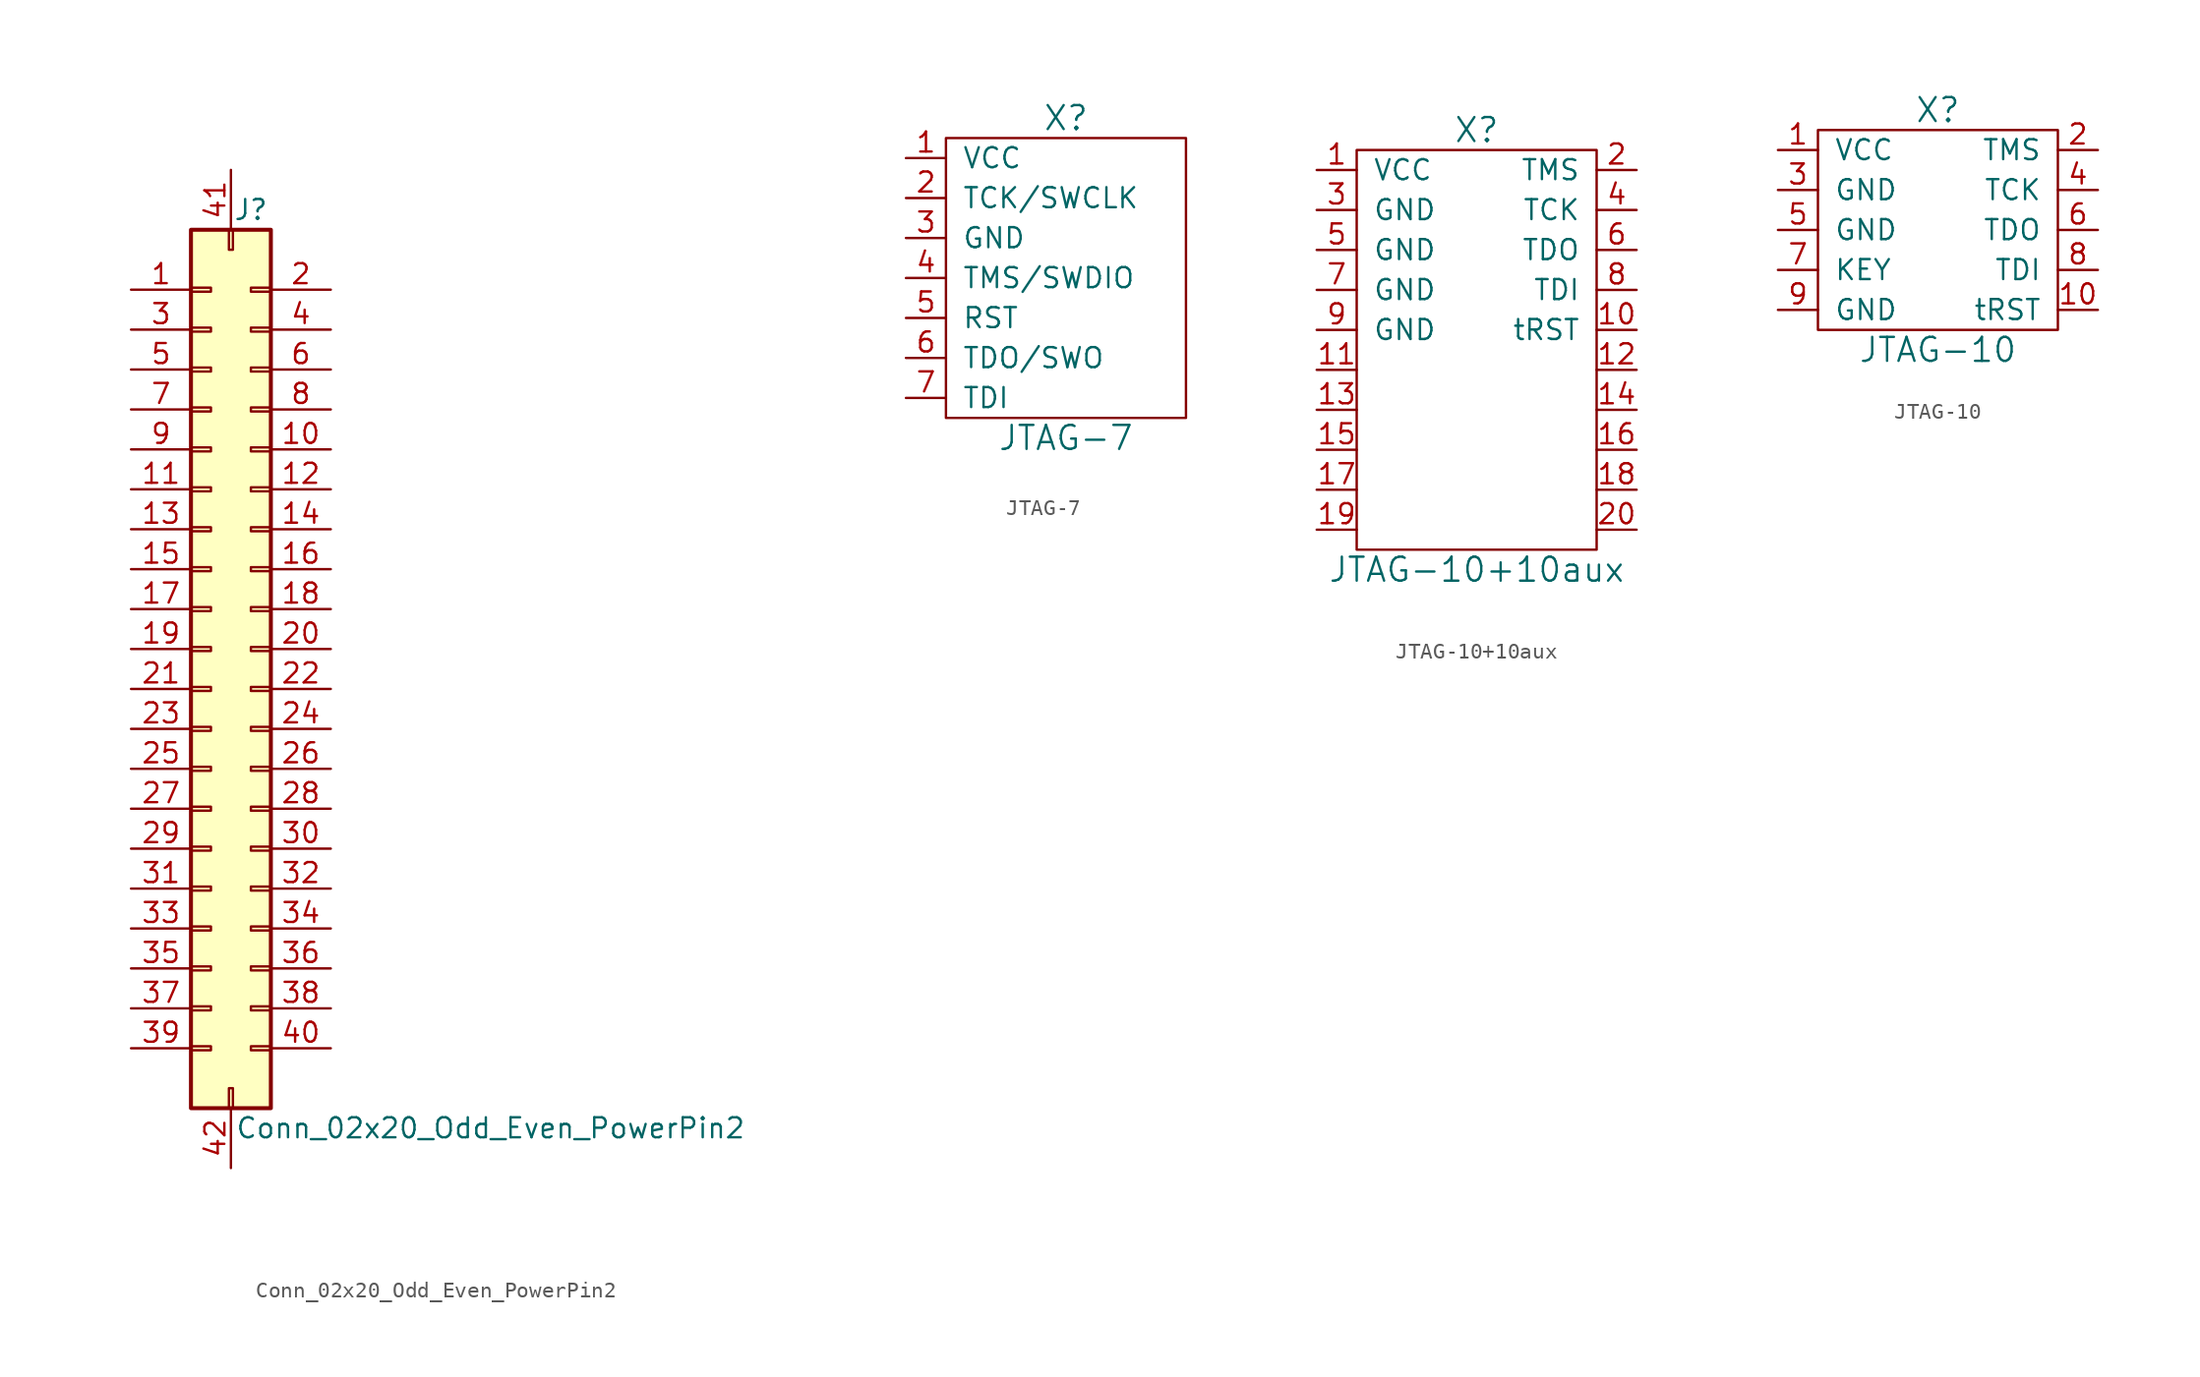
<source format=kicad_sym>
(kicad_symbol_lib
  (version 20201005)
  (generator kicad_symbol_editor)
  (symbol "pkl_conn:Conn_02x20_Odd_Even_PowerPin2"
    (pin_names
      (offset 1.016) hide)
    (property "Reference" "J"
      (at 2.54 27.94 0)
      (effects (font (size 1.27 1.27))))
    (property "Value" "Conn_02x20_Odd_Even_PowerPin2"
      (at 17.78 -30.48 0)
      (effects (font (size 1.27 1.27))))
    (symbol "Conn_02x20_Odd_Even_PowerPin2_1_1"
      (rectangle (start -1.27 -25.273) (end 0 -25.527) (stroke (width 0.152)) (fill (type none)))
      (rectangle (start -1.27 -22.733) (end 0 -22.987) (stroke (width 0.152)) (fill (type none)))
      (rectangle (start -1.27 -20.193) (end 0 -20.447) (stroke (width 0.152)) (fill (type none)))
      (rectangle (start -1.27 -17.653) (end 0 -17.907) (stroke (width 0.152)) (fill (type none)))
      (rectangle (start -1.27 -15.113) (end 0 -15.367) (stroke (width 0.152)) (fill (type none)))
      (rectangle (start -1.27 -12.573) (end 0 -12.827) (stroke (width 0.152)) (fill (type none)))
      (rectangle (start -1.27 -10.033) (end 0 -10.287) (stroke (width 0.152)) (fill (type none)))
      (rectangle (start -1.27 -7.493) (end 0 -7.747) (stroke (width 0.152)) (fill (type none)))
      (rectangle (start -1.27 -4.953) (end 0 -5.207) (stroke (width 0.152)) (fill (type none)))
      (rectangle (start -1.27 -2.413) (end 0 -2.667) (stroke (width 0.152)) (fill (type none)))
      (rectangle (start -1.27 0.127) (end 0 -0.127) (stroke (width 0.152)) (fill (type none)))
      (rectangle (start -1.27 2.667) (end 0 2.413) (stroke (width 0.152)) (fill (type none)))
      (rectangle (start -1.27 5.207) (end 0 4.953) (stroke (width 0.152)) (fill (type none)))
      (rectangle (start -1.27 7.747) (end 0 7.493) (stroke (width 0.152)) (fill (type none)))
      (rectangle (start -1.27 10.287) (end 0 10.033) (stroke (width 0.152)) (fill (type none)))
      (rectangle (start -1.27 12.827) (end 0 12.573) (stroke (width 0.152)) (fill (type none)))
      (rectangle (start -1.27 15.367) (end 0 15.113) (stroke (width 0.152)) (fill (type none)))
      (rectangle (start -1.27 17.907) (end 0 17.653) (stroke (width 0.152)) (fill (type none)))
      (rectangle (start -1.27 20.447) (end 0 20.193) (stroke (width 0.152)) (fill (type none)))
      (rectangle (start -1.27 22.987) (end 0 22.733) (stroke (width 0.152)) (fill (type none)))
      (rectangle (start 1.143 -29.21) (end 1.397 -27.94) (stroke (width 0.152)) (fill (type none)))
      (rectangle (start 1.143 25.4) (end 1.397 26.67) (stroke (width 0.152)) (fill (type none)))
      (rectangle (start 3.81 -25.273) (end 2.54 -25.527) (stroke (width 0.152)) (fill (type none)))
      (rectangle (start 3.81 -22.733) (end 2.54 -22.987) (stroke (width 0.152)) (fill (type none)))
      (rectangle (start 3.81 -20.193) (end 2.54 -20.447) (stroke (width 0.152)) (fill (type none)))
      (rectangle (start 3.81 -17.653) (end 2.54 -17.907) (stroke (width 0.152)) (fill (type none)))
      (rectangle (start 3.81 -15.113) (end 2.54 -15.367) (stroke (width 0.152)) (fill (type none)))
      (rectangle (start 3.81 -12.573) (end 2.54 -12.827) (stroke (width 0.152)) (fill (type none)))
      (rectangle (start 3.81 -10.033) (end 2.54 -10.287) (stroke (width 0.152)) (fill (type none)))
      (rectangle (start 3.81 -7.493) (end 2.54 -7.747) (stroke (width 0.152)) (fill (type none)))
      (rectangle (start 3.81 -4.953) (end 2.54 -5.207) (stroke (width 0.152)) (fill (type none)))
      (rectangle (start 3.81 -2.413) (end 2.54 -2.667) (stroke (width 0.152)) (fill (type none)))
      (rectangle (start 3.81 0.127) (end 2.54 -0.127) (stroke (width 0.152)) (fill (type none)))
      (rectangle (start 3.81 2.667) (end 2.54 2.413) (stroke (width 0.152)) (fill (type none)))
      (rectangle (start 3.81 5.207) (end 2.54 4.953) (stroke (width 0.152)) (fill (type none)))
      (rectangle (start 3.81 7.747) (end 2.54 7.493) (stroke (width 0.152)) (fill (type none)))
      (rectangle (start 3.81 10.287) (end 2.54 10.033) (stroke (width 0.152)) (fill (type none)))
      (rectangle (start 3.81 12.827) (end 2.54 12.573) (stroke (width 0.152)) (fill (type none)))
      (rectangle (start 3.81 15.367) (end 2.54 15.113) (stroke (width 0.152)) (fill (type none)))
      (rectangle (start 3.81 17.907) (end 2.54 17.653) (stroke (width 0.152)) (fill (type none)))
      (rectangle (start 3.81 20.447) (end 2.54 20.193) (stroke (width 0.152)) (fill (type none)))
      (rectangle (start 3.81 22.987) (end 2.54 22.733) (stroke (width 0.152)) (fill (type none)))
      (rectangle (start -1.27 26.67) (end 3.81 -29.21) (stroke (width 0.254)) (fill (type background)))
      (pin passive line (at -5.08 22.86 0) (length 3.81) (name "Pin_1" (effects (font (size 1.27 1.27)))) (number "1" (effects (font (size 1.27 1.27)))))
      (pin passive line (at 7.62 12.7 180) (length 3.81) (name "Pin_10" (effects (font (size 1.27 1.27)))) (number "10" (effects (font (size 1.27 1.27)))))
      (pin passive line (at -5.08 10.16 0) (length 3.81) (name "Pin_11" (effects (font (size 1.27 1.27)))) (number "11" (effects (font (size 1.27 1.27)))))
      (pin passive line (at 7.62 10.16 180) (length 3.81) (name "Pin_12" (effects (font (size 1.27 1.27)))) (number "12" (effects (font (size 1.27 1.27)))))
      (pin passive line (at -5.08 7.62 0) (length 3.81) (name "Pin_13" (effects (font (size 1.27 1.27)))) (number "13" (effects (font (size 1.27 1.27)))))
      (pin passive line (at 7.62 7.62 180) (length 3.81) (name "Pin_14" (effects (font (size 1.27 1.27)))) (number "14" (effects (font (size 1.27 1.27)))))
      (pin passive line (at -5.08 5.08 0) (length 3.81) (name "Pin_15" (effects (font (size 1.27 1.27)))) (number "15" (effects (font (size 1.27 1.27)))))
      (pin passive line (at 7.62 5.08 180) (length 3.81) (name "Pin_16" (effects (font (size 1.27 1.27)))) (number "16" (effects (font (size 1.27 1.27)))))
      (pin passive line (at -5.08 2.54 0) (length 3.81) (name "Pin_17" (effects (font (size 1.27 1.27)))) (number "17" (effects (font (size 1.27 1.27)))))
      (pin passive line (at 7.62 2.54 180) (length 3.81) (name "Pin_18" (effects (font (size 1.27 1.27)))) (number "18" (effects (font (size 1.27 1.27)))))
      (pin passive line (at -5.08 0 0) (length 3.81) (name "Pin_19" (effects (font (size 1.27 1.27)))) (number "19" (effects (font (size 1.27 1.27)))))
      (pin passive line (at 7.62 22.86 180) (length 3.81) (name "Pin_2" (effects (font (size 1.27 1.27)))) (number "2" (effects (font (size 1.27 1.27)))))
      (pin passive line (at 7.62 0 180) (length 3.81) (name "Pin_20" (effects (font (size 1.27 1.27)))) (number "20" (effects (font (size 1.27 1.27)))))
      (pin passive line (at -5.08 -2.54 0) (length 3.81) (name "Pin_21" (effects (font (size 1.27 1.27)))) (number "21" (effects (font (size 1.27 1.27)))))
      (pin passive line (at 7.62 -2.54 180) (length 3.81) (name "Pin_22" (effects (font (size 1.27 1.27)))) (number "22" (effects (font (size 1.27 1.27)))))
      (pin passive line (at -5.08 -5.08 0) (length 3.81) (name "Pin_23" (effects (font (size 1.27 1.27)))) (number "23" (effects (font (size 1.27 1.27)))))
      (pin passive line (at 7.62 -5.08 180) (length 3.81) (name "Pin_24" (effects (font (size 1.27 1.27)))) (number "24" (effects (font (size 1.27 1.27)))))
      (pin passive line (at -5.08 -7.62 0) (length 3.81) (name "Pin_25" (effects (font (size 1.27 1.27)))) (number "25" (effects (font (size 1.27 1.27)))))
      (pin passive line (at 7.62 -7.62 180) (length 3.81) (name "Pin_26" (effects (font (size 1.27 1.27)))) (number "26" (effects (font (size 1.27 1.27)))))
      (pin passive line (at -5.08 -10.16 0) (length 3.81) (name "Pin_27" (effects (font (size 1.27 1.27)))) (number "27" (effects (font (size 1.27 1.27)))))
      (pin passive line (at 7.62 -10.16 180) (length 3.81) (name "Pin_28" (effects (font (size 1.27 1.27)))) (number "28" (effects (font (size 1.27 1.27)))))
      (pin passive line (at -5.08 -12.7 0) (length 3.81) (name "Pin_29" (effects (font (size 1.27 1.27)))) (number "29" (effects (font (size 1.27 1.27)))))
      (pin passive line (at -5.08 20.32 0) (length 3.81) (name "Pin_3" (effects (font (size 1.27 1.27)))) (number "3" (effects (font (size 1.27 1.27)))))
      (pin passive line (at 7.62 -12.7 180) (length 3.81) (name "Pin_30" (effects (font (size 1.27 1.27)))) (number "30" (effects (font (size 1.27 1.27)))))
      (pin passive line (at -5.08 -15.24 0) (length 3.81) (name "Pin_31" (effects (font (size 1.27 1.27)))) (number "31" (effects (font (size 1.27 1.27)))))
      (pin passive line (at 7.62 -15.24 180) (length 3.81) (name "Pin_32" (effects (font (size 1.27 1.27)))) (number "32" (effects (font (size 1.27 1.27)))))
      (pin passive line (at -5.08 -17.78 0) (length 3.81) (name "Pin_33" (effects (font (size 1.27 1.27)))) (number "33" (effects (font (size 1.27 1.27)))))
      (pin passive line (at 7.62 -17.78 180) (length 3.81) (name "Pin_34" (effects (font (size 1.27 1.27)))) (number "34" (effects (font (size 1.27 1.27)))))
      (pin passive line (at -5.08 -20.32 0) (length 3.81) (name "Pin_35" (effects (font (size 1.27 1.27)))) (number "35" (effects (font (size 1.27 1.27)))))
      (pin passive line (at 7.62 -20.32 180) (length 3.81) (name "Pin_36" (effects (font (size 1.27 1.27)))) (number "36" (effects (font (size 1.27 1.27)))))
      (pin passive line (at -5.08 -22.86 0) (length 3.81) (name "Pin_37" (effects (font (size 1.27 1.27)))) (number "37" (effects (font (size 1.27 1.27)))))
      (pin passive line (at 7.62 -22.86 180) (length 3.81) (name "Pin_38" (effects (font (size 1.27 1.27)))) (number "38" (effects (font (size 1.27 1.27)))))
      (pin passive line (at -5.08 -25.4 0) (length 3.81) (name "Pin_39" (effects (font (size 1.27 1.27)))) (number "39" (effects (font (size 1.27 1.27)))))
      (pin passive line (at 7.62 20.32 180) (length 3.81) (name "Pin_4" (effects (font (size 1.27 1.27)))) (number "4" (effects (font (size 1.27 1.27)))))
      (pin passive line (at 7.62 -25.4 180) (length 3.81) (name "Pin_40" (effects (font (size 1.27 1.27)))) (number "40" (effects (font (size 1.27 1.27)))))
      (pin passive line (at 1.27 30.48 270) (length 3.81) (name "Pin_41" (effects (font (size 1.27 1.27)))) (number "41" (effects (font (size 1.27 1.27)))))
      (pin passive line (at 1.27 -33.02 90) (length 3.81) (name "Pin_42" (effects (font (size 1.27 1.27)))) (number "42" (effects (font (size 1.27 1.27)))))
      (pin passive line (at -5.08 17.78 0) (length 3.81) (name "Pin_5" (effects (font (size 1.27 1.27)))) (number "5" (effects (font (size 1.27 1.27)))))
      (pin passive line (at 7.62 17.78 180) (length 3.81) (name "Pin_6" (effects (font (size 1.27 1.27)))) (number "6" (effects (font (size 1.27 1.27)))))
      (pin passive line (at -5.08 15.24 0) (length 3.81) (name "Pin_7" (effects (font (size 1.27 1.27)))) (number "7" (effects (font (size 1.27 1.27)))))
      (pin passive line (at 7.62 15.24 180) (length 3.81) (name "Pin_8" (effects (font (size 1.27 1.27)))) (number "8" (effects (font (size 1.27 1.27)))))
      (pin passive line (at -5.08 12.7 0) (length 3.81) (name "Pin_9" (effects (font (size 1.27 1.27)))) (number "9" (effects (font (size 1.27 1.27)))))))
  (symbol "pkl_conn:JTAG-7"
    (pin_names
      (offset 1.016))
    (property "Reference" "X"
      (at 0 10.16 0)
      (effects (font (size 1.524 1.524))))
    (property "Value" "JTAG-7"
      (at 0 -10.16 0)
      (effects (font (size 1.524 1.524))))
    (property "Footprint" ""
      (at 0 0 0)
      (effects (font (size 1.524 1.524))))
    (property "Datasheet" ""
      (at 0 0 0)
      (effects (font (size 1.524 1.524))))
    (symbol "JTAG-7_0_1"
      (rectangle (start -7.62 8.89) (end 7.62 -8.89) (stroke (width 0)) (fill (type none))))
    (symbol "JTAG-7_1_1"
      (pin power_in line (at -10.16 7.62 0) (length 2.54) (name "VCC" (effects (font (size 1.27 1.27)))) (number "1" (effects (font (size 1.27 1.27)))))
      (pin output line (at -10.16 5.08 0) (length 2.54) (name "TCK/SWCLK" (effects (font (size 1.27 1.27)))) (number "2" (effects (font (size 1.27 1.27)))))
      (pin power_in line (at -10.16 2.54 0) (length 2.54) (name "GND" (effects (font (size 1.27 1.27)))) (number "3" (effects (font (size 1.27 1.27)))))
      (pin output line (at -10.16 0 0) (length 2.54) (name "TMS/SWDIO" (effects (font (size 1.27 1.27)))) (number "4" (effects (font (size 1.27 1.27)))))
      (pin output line (at -10.16 -2.54 0) (length 2.54) (name "RST" (effects (font (size 1.27 1.27)))) (number "5" (effects (font (size 1.27 1.27)))))
      (pin input line (at -10.16 -5.08 0) (length 2.54) (name "TDO/SWO" (effects (font (size 1.27 1.27)))) (number "6" (effects (font (size 1.27 1.27)))))
      (pin output line (at -10.16 -7.62 0) (length 2.54) (name "TDI" (effects (font (size 1.27 1.27)))) (number "7" (effects (font (size 1.27 1.27)))))))
  (symbol "pkl_conn:JTAG-10+10aux"
    (pin_names
      (offset 1.016))
    (property "Reference" "X"
      (at 0 12.7 0)
      (effects (font (size 1.524 1.524))))
    (property "Value" "JTAG-10+10aux"
      (at 0 -15.24 0)
      (effects (font (size 1.524 1.524))))
    (property "Footprint" ""
      (at 0 5.08 0)
      (effects (font (size 1.524 1.524))))
    (property "Datasheet" ""
      (at 0 5.08 0)
      (effects (font (size 1.524 1.524))))
    (symbol "JTAG-10+10aux_0_1"
      (rectangle (start -7.62 11.43) (end 7.62 -13.97) (stroke (width 0)) (fill (type none))))
    (symbol "JTAG-10+10aux_1_1"
      (pin power_in line (at -10.16 10.16 0) (length 2.54) (name "VCC" (effects (font (size 1.27 1.27)))) (number "1" (effects (font (size 1.27 1.27)))))
      (pin output line (at 10.16 0 180) (length 2.54) (name "tRST" (effects (font (size 1.27 1.27)))) (number "10" (effects (font (size 1.27 1.27)))))
      (pin passive line (at -10.16 -2.54 0) (length 2.54) (name "~" (effects (font (size 1.27 1.27)))) (number "11" (effects (font (size 1.27 1.27)))))
      (pin passive line (at 10.16 -2.54 180) (length 2.54) (name "~" (effects (font (size 1.27 1.27)))) (number "12" (effects (font (size 1.27 1.27)))))
      (pin passive line (at -10.16 -5.08 0) (length 2.54) (name "~" (effects (font (size 1.27 1.27)))) (number "13" (effects (font (size 1.27 1.27)))))
      (pin passive line (at 10.16 -5.08 180) (length 2.54) (name "~" (effects (font (size 1.27 1.27)))) (number "14" (effects (font (size 1.27 1.27)))))
      (pin passive line (at -10.16 -7.62 0) (length 2.54) (name "~" (effects (font (size 1.27 1.27)))) (number "15" (effects (font (size 1.27 1.27)))))
      (pin passive line (at 10.16 -7.62 180) (length 2.54) (name "~" (effects (font (size 1.27 1.27)))) (number "16" (effects (font (size 1.27 1.27)))))
      (pin passive line (at -10.16 -10.16 0) (length 2.54) (name "~" (effects (font (size 1.27 1.27)))) (number "17" (effects (font (size 1.27 1.27)))))
      (pin passive line (at 10.16 -10.16 180) (length 2.54) (name "~" (effects (font (size 1.27 1.27)))) (number "18" (effects (font (size 1.27 1.27)))))
      (pin passive line (at -10.16 -12.7 0) (length 2.54) (name "~" (effects (font (size 1.27 1.27)))) (number "19" (effects (font (size 1.27 1.27)))))
      (pin output line (at 10.16 10.16 180) (length 2.54) (name "TMS" (effects (font (size 1.27 1.27)))) (number "2" (effects (font (size 1.27 1.27)))))
      (pin passive line (at 10.16 -12.7 180) (length 2.54) (name "~" (effects (font (size 1.27 1.27)))) (number "20" (effects (font (size 1.27 1.27)))))
      (pin power_in line (at -10.16 7.62 0) (length 2.54) (name "GND" (effects (font (size 1.27 1.27)))) (number "3" (effects (font (size 1.27 1.27)))))
      (pin output line (at 10.16 7.62 180) (length 2.54) (name "TCK" (effects (font (size 1.27 1.27)))) (number "4" (effects (font (size 1.27 1.27)))))
      (pin power_in line (at -10.16 5.08 0) (length 2.54) (name "GND" (effects (font (size 1.27 1.27)))) (number "5" (effects (font (size 1.27 1.27)))))
      (pin input line (at 10.16 5.08 180) (length 2.54) (name "TDO" (effects (font (size 1.27 1.27)))) (number "6" (effects (font (size 1.27 1.27)))))
      (pin power_in line (at -10.16 2.54 0) (length 2.54) (name "GND" (effects (font (size 1.27 1.27)))) (number "7" (effects (font (size 1.27 1.27)))))
      (pin output line (at 10.16 2.54 180) (length 2.54) (name "TDI" (effects (font (size 1.27 1.27)))) (number "8" (effects (font (size 1.27 1.27)))))
      (pin power_in line (at -10.16 0 0) (length 2.54) (name "GND" (effects (font (size 1.27 1.27)))) (number "9" (effects (font (size 1.27 1.27)))))))
  (symbol "pkl_conn:JTAG-10"
    (pin_names
      (offset 1.016))
    (property "Reference" "X"
      (at 0 7.62 0)
      (effects (font (size 1.524 1.524))))
    (property "Value" "JTAG-10"
      (at 0 -7.62 0)
      (effects (font (size 1.524 1.524))))
    (property "Footprint" ""
      (at 0 0 0)
      (effects (font (size 1.524 1.524))))
    (property "Datasheet" ""
      (at 0 0 0)
      (effects (font (size 1.524 1.524))))
    (symbol "JTAG-10_0_1"
      (rectangle (start -7.62 6.35) (end 7.62 -6.35) (stroke (width 0)) (fill (type none))))
    (symbol "JTAG-10_1_1"
      (pin power_in line (at -10.16 5.08 0) (length 2.54) (name "VCC" (effects (font (size 1.27 1.27)))) (number "1" (effects (font (size 1.27 1.27)))))
      (pin output line (at 10.16 -5.08 180) (length 2.54) (name "tRST" (effects (font (size 1.27 1.27)))) (number "10" (effects (font (size 1.27 1.27)))))
      (pin output line (at 10.16 5.08 180) (length 2.54) (name "TMS" (effects (font (size 1.27 1.27)))) (number "2" (effects (font (size 1.27 1.27)))))
      (pin power_in line (at -10.16 2.54 0) (length 2.54) (name "GND" (effects (font (size 1.27 1.27)))) (number "3" (effects (font (size 1.27 1.27)))))
      (pin output line (at 10.16 2.54 180) (length 2.54) (name "TCK" (effects (font (size 1.27 1.27)))) (number "4" (effects (font (size 1.27 1.27)))))
      (pin power_in line (at -10.16 0 0) (length 2.54) (name "GND" (effects (font (size 1.27 1.27)))) (number "5" (effects (font (size 1.27 1.27)))))
      (pin input line (at 10.16 0 180) (length 2.54) (name "TDO" (effects (font (size 1.27 1.27)))) (number "6" (effects (font (size 1.27 1.27)))))
      (pin passive line (at -10.16 -2.54 0) (length 2.54) (name "KEY" (effects (font (size 1.27 1.27)))) (number "7" (effects (font (size 1.27 1.27)))))
      (pin output line (at 10.16 -2.54 180) (length 2.54) (name "TDI" (effects (font (size 1.27 1.27)))) (number "8" (effects (font (size 1.27 1.27)))))
      (pin power_in line (at -10.16 -5.08 0) (length 2.54) (name "GND" (effects (font (size 1.27 1.27)))) (number "9" (effects (font (size 1.27 1.27))))))))
</source>
